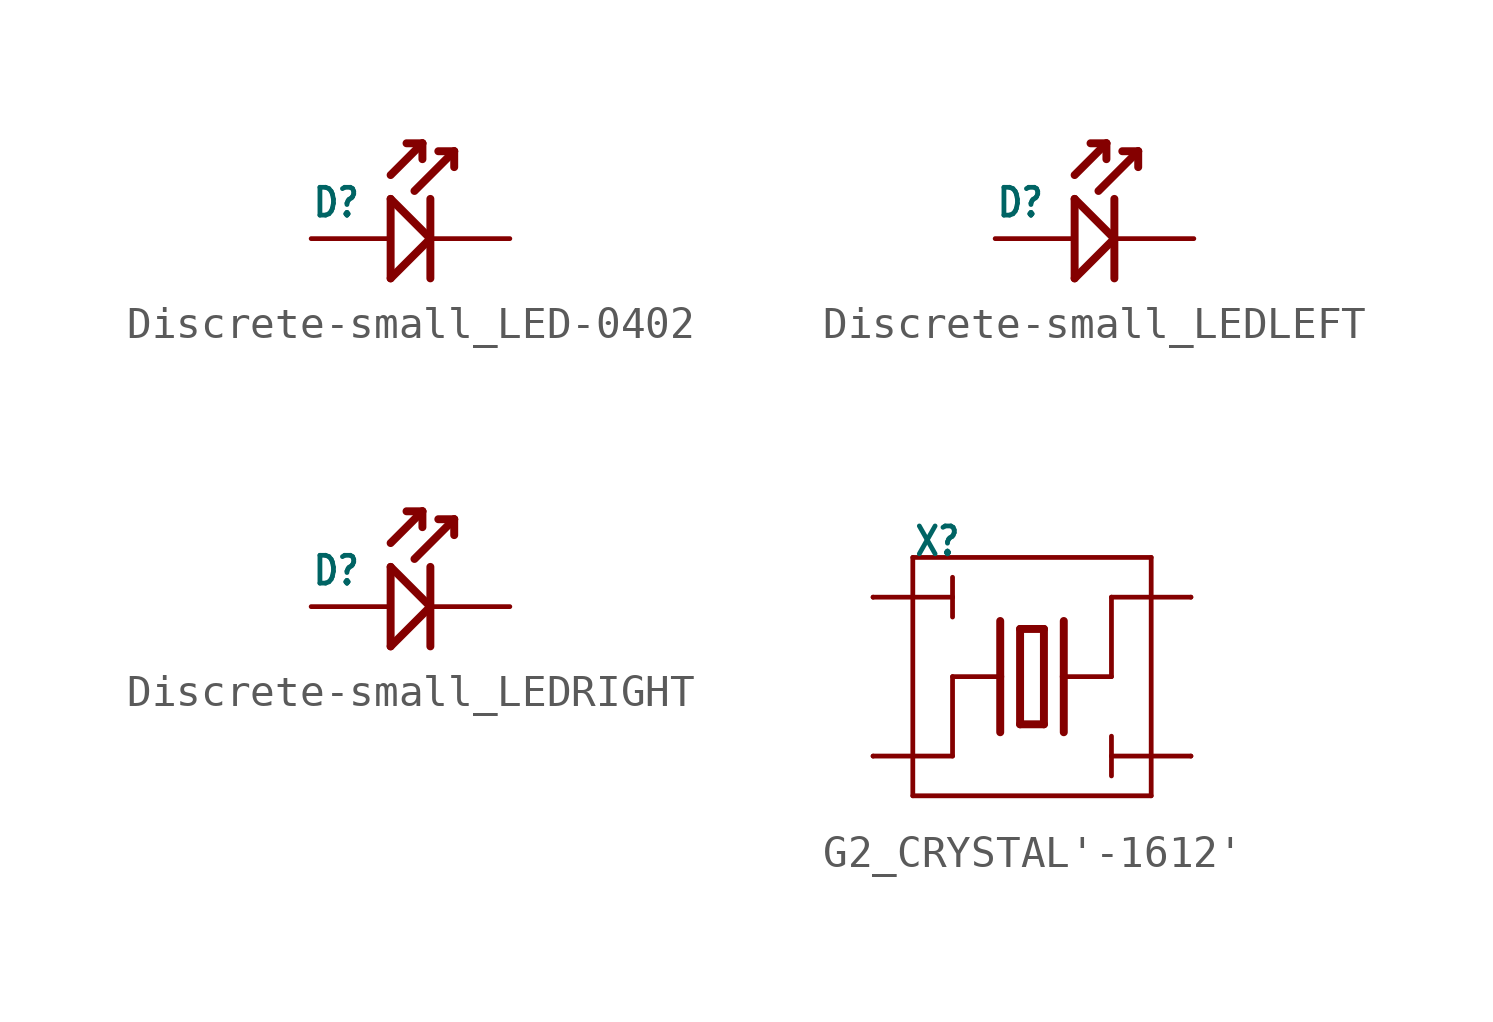
<source format=kicad_sym>
(kicad_symbol_lib
  (version 20231120)
  (generator "kicad_symbol_editor")
  (generator_version "8.0")
  (symbol "Discrete-small_LED-0402"
    (property "Reference" "D"
      (at -2.54 0.635 0)
      (effects (font (size 0.889 0.756)) (justify left bottom)))
    (property "Value" ""
      (at 1.27 0.635 0)
      (effects (font (size 0.889 0.756)) (justify left bottom)))
    (property "ki_locked" ""
      (at 0 0 0)
      (effects (font (size 1.27 1.27))))
    (symbol "Discrete-small_LED-0402_1_0"
      (polyline (pts (xy 0 -1.27) (xy 0 1.27)) (stroke (width 0.254) (type solid)) (fill (type none)))
      (polyline (pts (xy 0 1.27) (xy 1.27 0)) (stroke (width 0.254) (type solid)) (fill (type none)))
      (polyline (pts (xy 0 2.032) (xy 1.016 3.048)) (stroke (width 0.254) (type solid)) (fill (type none)))
      (polyline (pts (xy 0.762 1.524) (xy 2.032 2.794)) (stroke (width 0.254) (type solid)) (fill (type none)))
      (polyline (pts (xy 1.016 3.048) (xy 0.508 3.048)) (stroke (width 0.254) (type solid)) (fill (type none)))
      (polyline (pts (xy 1.016 3.048) (xy 1.016 2.54)) (stroke (width 0.254) (type solid)) (fill (type none)))
      (polyline (pts (xy 1.27 0) (xy 0 -1.27)) (stroke (width 0.254) (type solid)) (fill (type none)))
      (polyline (pts (xy 1.27 0) (xy 1.27 -1.27)) (stroke (width 0.254) (type solid)) (fill (type none)))
      (polyline (pts (xy 1.27 1.27) (xy 1.27 0)) (stroke (width 0.254) (type solid)) (fill (type none)))
      (polyline (pts (xy 2.032 2.794) (xy 1.524 2.794)) (stroke (width 0.254) (type solid)) (fill (type none)))
      (polyline (pts (xy 2.032 2.794) (xy 2.032 2.286)) (stroke (width 0.254) (type solid)) (fill (type none)))
      (pin passive line (at -2.54 0 0) (length 2.54) (name "+" (effects (font (size 0 0)))) (number "+" (effects (font (size 0 0)))))
      (pin passive line (at 3.81 0 180) (length 2.54) (name "-" (effects (font (size 0 0)))) (number "-" (effects (font (size 0 0)))))))
  (symbol "Discrete-small_LEDLEFT"
    (property "Reference" "D"
      (at -2.54 0.635 0)
      (effects (font (size 0.889 0.756)) (justify left bottom)))
    (property "Value" ""
      (at 1.27 0.635 0)
      (effects (font (size 0.889 0.756)) (justify left bottom)))
    (property "ki_locked" ""
      (at 0 0 0)
      (effects (font (size 1.27 1.27))))
    (symbol "Discrete-small_LEDLEFT_1_0"
      (polyline (pts (xy 0 -1.27) (xy 0 1.27)) (stroke (width 0.254) (type solid)) (fill (type none)))
      (polyline (pts (xy 0 1.27) (xy 1.27 0)) (stroke (width 0.254) (type solid)) (fill (type none)))
      (polyline (pts (xy 0 2.032) (xy 1.016 3.048)) (stroke (width 0.254) (type solid)) (fill (type none)))
      (polyline (pts (xy 0.762 1.524) (xy 2.032 2.794)) (stroke (width 0.254) (type solid)) (fill (type none)))
      (polyline (pts (xy 1.016 3.048) (xy 0.508 3.048)) (stroke (width 0.254) (type solid)) (fill (type none)))
      (polyline (pts (xy 1.016 3.048) (xy 1.016 2.54)) (stroke (width 0.254) (type solid)) (fill (type none)))
      (polyline (pts (xy 1.27 0) (xy 0 -1.27)) (stroke (width 0.254) (type solid)) (fill (type none)))
      (polyline (pts (xy 1.27 0) (xy 1.27 -1.27)) (stroke (width 0.254) (type solid)) (fill (type none)))
      (polyline (pts (xy 1.27 1.27) (xy 1.27 0)) (stroke (width 0.254) (type solid)) (fill (type none)))
      (polyline (pts (xy 2.032 2.794) (xy 1.524 2.794)) (stroke (width 0.254) (type solid)) (fill (type none)))
      (polyline (pts (xy 2.032 2.794) (xy 2.032 2.286)) (stroke (width 0.254) (type solid)) (fill (type none)))
      (pin passive line (at -2.54 0 0) (length 2.54) (name "+" (effects (font (size 0 0)))) (number "1" (effects (font (size 0 0)))))
      (pin passive line (at 3.81 0 180) (length 2.54) (name "-" (effects (font (size 0 0)))) (number "2" (effects (font (size 0 0)))))))
  (symbol "Discrete-small_LEDRIGHT"
    (property "Reference" "D"
      (at -2.54 0.635 0)
      (effects (font (size 0.889 0.756)) (justify left bottom)))
    (property "Value" ""
      (at 1.27 0.635 0)
      (effects (font (size 0.889 0.756)) (justify left bottom)))
    (property "ki_locked" ""
      (at 0 0 0)
      (effects (font (size 1.27 1.27))))
    (symbol "Discrete-small_LEDRIGHT_1_0"
      (polyline (pts (xy 0 -1.27) (xy 0 1.27)) (stroke (width 0.254) (type solid)) (fill (type none)))
      (polyline (pts (xy 0 1.27) (xy 1.27 0)) (stroke (width 0.254) (type solid)) (fill (type none)))
      (polyline (pts (xy 0 2.032) (xy 1.016 3.048)) (stroke (width 0.254) (type solid)) (fill (type none)))
      (polyline (pts (xy 0.762 1.524) (xy 2.032 2.794)) (stroke (width 0.254) (type solid)) (fill (type none)))
      (polyline (pts (xy 1.016 3.048) (xy 0.508 3.048)) (stroke (width 0.254) (type solid)) (fill (type none)))
      (polyline (pts (xy 1.016 3.048) (xy 1.016 2.54)) (stroke (width 0.254) (type solid)) (fill (type none)))
      (polyline (pts (xy 1.27 0) (xy 0 -1.27)) (stroke (width 0.254) (type solid)) (fill (type none)))
      (polyline (pts (xy 1.27 0) (xy 1.27 -1.27)) (stroke (width 0.254) (type solid)) (fill (type none)))
      (polyline (pts (xy 1.27 1.27) (xy 1.27 0)) (stroke (width 0.254) (type solid)) (fill (type none)))
      (polyline (pts (xy 2.032 2.794) (xy 1.524 2.794)) (stroke (width 0.254) (type solid)) (fill (type none)))
      (polyline (pts (xy 2.032 2.794) (xy 2.032 2.286)) (stroke (width 0.254) (type solid)) (fill (type none)))
      (pin passive line (at -2.54 0 0) (length 2.54) (name "+" (effects (font (size 0 0)))) (number "1" (effects (font (size 0 0)))))
      (pin passive line (at 3.81 0 180) (length 2.54) (name "-" (effects (font (size 0 0)))) (number "2" (effects (font (size 0 0)))))))
  (symbol "G2_CRYSTAL'-1612'"
    (property "Reference" "X"
      (at -3.81 3.81 0)
      (effects (font (size 0.889 0.756)) (justify left bottom)))
    (property "Value" ""
      (at 0 3.81 0)
      (effects (font (size 0.889 0.756)) (justify left bottom)))
    (property "ki_locked" ""
      (at 0 0 0)
      (effects (font (size 1.27 1.27))))
    (symbol "G2_CRYSTAL'-1612'_1_0"
      (polyline (pts (xy -3.81 -3.81) (xy -3.81 -2.54)) (stroke (width 0.152) (type solid)) (fill (type none)))
      (polyline (pts (xy -3.81 -2.54) (xy -5.08 -2.54)) (stroke (width 0.152) (type solid)) (fill (type none)))
      (polyline (pts (xy -3.81 -2.54) (xy -3.81 2.54)) (stroke (width 0.152) (type solid)) (fill (type none)))
      (polyline (pts (xy -3.81 2.54) (xy -5.08 2.54)) (stroke (width 0.152) (type solid)) (fill (type none)))
      (polyline (pts (xy -3.81 2.54) (xy -3.81 3.81)) (stroke (width 0.152) (type solid)) (fill (type none)))
      (polyline (pts (xy -3.81 2.54) (xy -2.54 2.54)) (stroke (width 0.152) (type solid)) (fill (type none)))
      (polyline (pts (xy -3.81 3.81) (xy 3.81 3.81)) (stroke (width 0.152) (type solid)) (fill (type none)))
      (polyline (pts (xy -2.54 -2.54) (xy -3.81 -2.54)) (stroke (width 0.152) (type solid)) (fill (type none)))
      (polyline (pts (xy -2.54 -2.54) (xy -2.54 0)) (stroke (width 0.152) (type solid)) (fill (type none)))
      (polyline (pts (xy -2.54 0) (xy -1.016 0)) (stroke (width 0.152) (type solid)) (fill (type none)))
      (polyline (pts (xy -2.54 2.54) (xy -2.54 1.905)) (stroke (width 0.152) (type solid)) (fill (type none)))
      (polyline (pts (xy -2.54 2.54) (xy -2.54 3.175)) (stroke (width 0.152) (type solid)) (fill (type none)))
      (polyline (pts (xy -1.016 0) (xy -1.016 -1.778)) (stroke (width 0.254) (type solid)) (fill (type none)))
      (polyline (pts (xy -1.016 1.778) (xy -1.016 0)) (stroke (width 0.254) (type solid)) (fill (type none)))
      (polyline (pts (xy -0.381 -1.524) (xy 0.381 -1.524)) (stroke (width 0.254) (type solid)) (fill (type none)))
      (polyline (pts (xy -0.381 1.524) (xy -0.381 -1.524)) (stroke (width 0.254) (type solid)) (fill (type none)))
      (polyline (pts (xy 0.381 -1.524) (xy 0.381 1.524)) (stroke (width 0.254) (type solid)) (fill (type none)))
      (polyline (pts (xy 0.381 1.524) (xy -0.381 1.524)) (stroke (width 0.254) (type solid)) (fill (type none)))
      (polyline (pts (xy 1.016 0) (xy 1.016 -1.778)) (stroke (width 0.254) (type solid)) (fill (type none)))
      (polyline (pts (xy 1.016 0) (xy 2.54 0)) (stroke (width 0.152) (type solid)) (fill (type none)))
      (polyline (pts (xy 1.016 1.778) (xy 1.016 0)) (stroke (width 0.254) (type solid)) (fill (type none)))
      (polyline (pts (xy 2.54 -2.54) (xy 2.54 -3.175)) (stroke (width 0.152) (type solid)) (fill (type none)))
      (polyline (pts (xy 2.54 -2.54) (xy 2.54 -1.905)) (stroke (width 0.152) (type solid)) (fill (type none)))
      (polyline (pts (xy 2.54 0) (xy 2.54 2.54)) (stroke (width 0.152) (type solid)) (fill (type none)))
      (polyline (pts (xy 2.54 2.54) (xy 3.81 2.54)) (stroke (width 0.152) (type solid)) (fill (type none)))
      (polyline (pts (xy 3.81 -3.81) (xy -3.81 -3.81)) (stroke (width 0.152) (type solid)) (fill (type none)))
      (polyline (pts (xy 3.81 -2.54) (xy 2.54 -2.54)) (stroke (width 0.152) (type solid)) (fill (type none)))
      (polyline (pts (xy 3.81 -2.54) (xy 3.81 -3.81)) (stroke (width 0.152) (type solid)) (fill (type none)))
      (polyline (pts (xy 3.81 -2.54) (xy 5.08 -2.54)) (stroke (width 0.152) (type solid)) (fill (type none)))
      (polyline (pts (xy 3.81 2.54) (xy 3.81 -2.54)) (stroke (width 0.152) (type solid)) (fill (type none)))
      (polyline (pts (xy 3.81 2.54) (xy 5.08 2.54)) (stroke (width 0.152) (type solid)) (fill (type none)))
      (polyline (pts (xy 3.81 3.81) (xy 3.81 2.54)) (stroke (width 0.152) (type solid)) (fill (type none)))
      (pin passive line (at -5.08 -2.54 0) (length 0) (name "2" (effects (font (size 0 0)))) (number "1" (effects (font (size 0 0)))))
      (pin bidirectional line (at -5.08 2.54 0) (length 0) (name "1" (effects (font (size 0 0)))) (number "2" (effects (font (size 0 0)))))
      (pin passive line (at 5.08 2.54 180) (length 0) (name "4" (effects (font (size 0 0)))) (number "3" (effects (font (size 0 0)))))
      (pin bidirectional line (at 5.08 -2.54 180) (length 0) (name "3" (effects (font (size 0 0)))) (number "4" (effects (font (size 0 0))))))))
</source>
